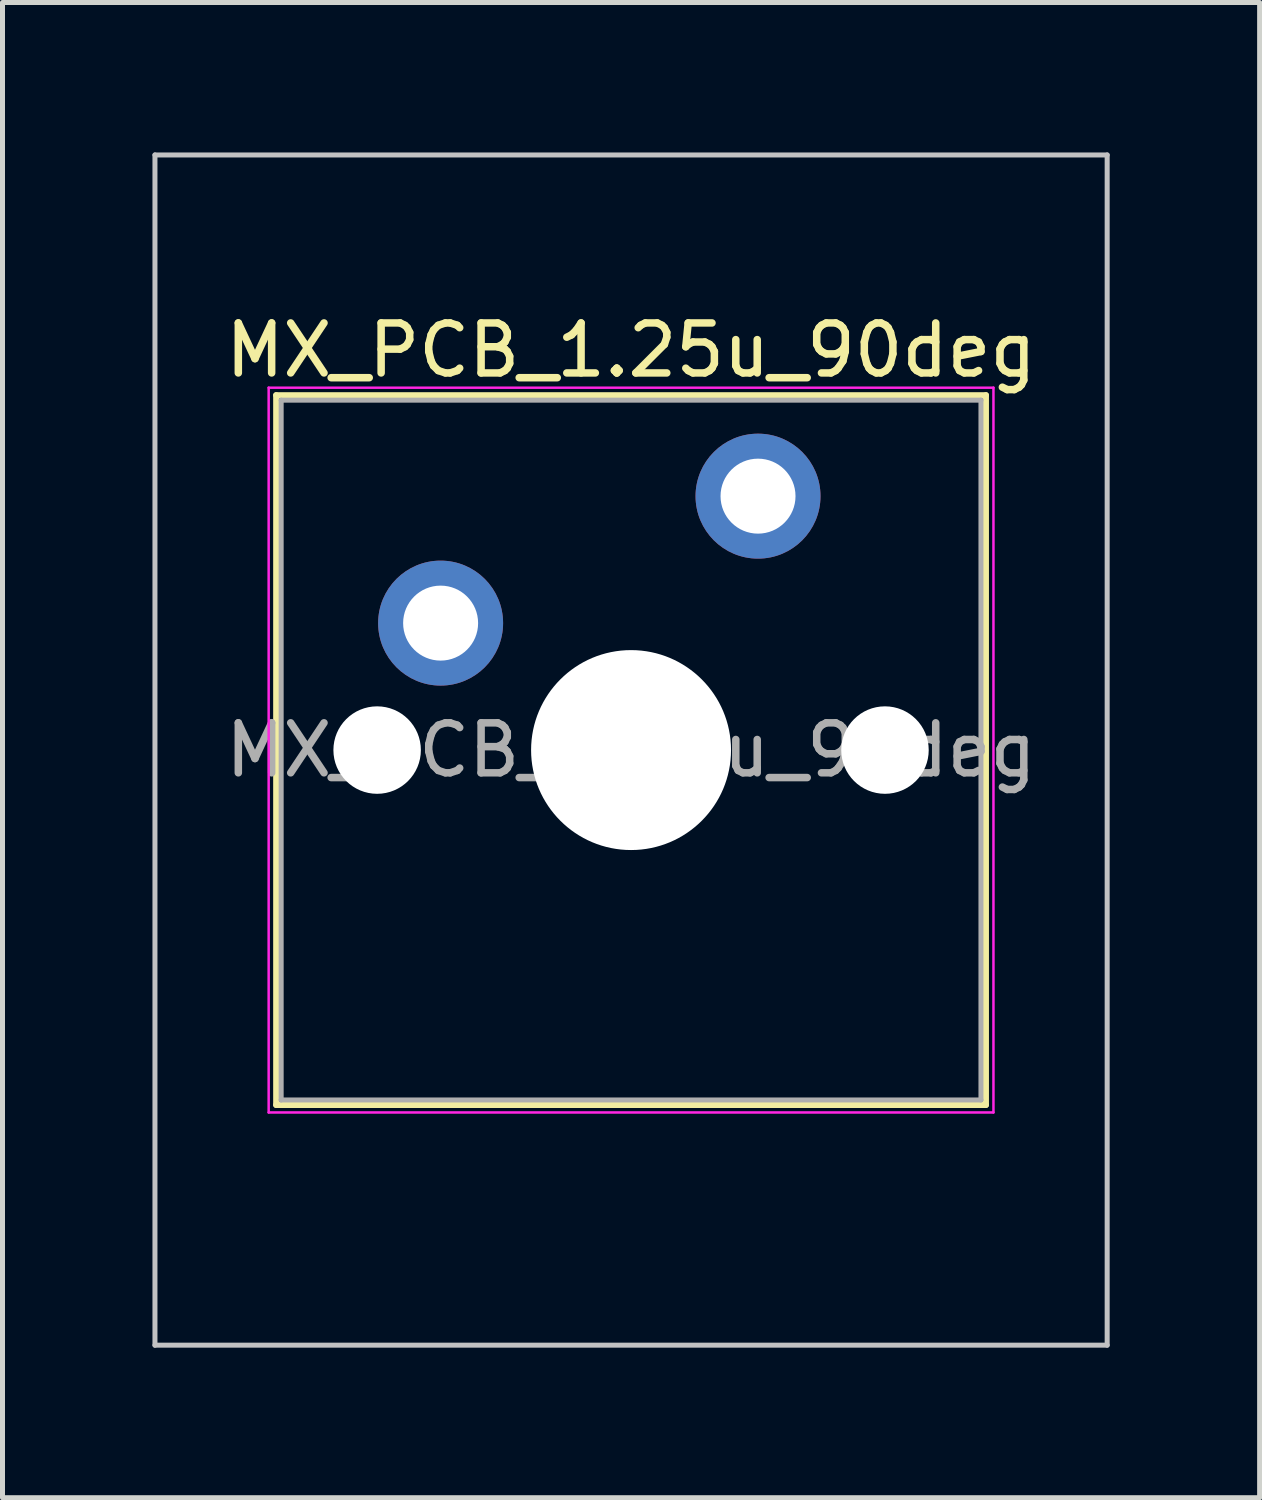
<source format=kicad_pcb>
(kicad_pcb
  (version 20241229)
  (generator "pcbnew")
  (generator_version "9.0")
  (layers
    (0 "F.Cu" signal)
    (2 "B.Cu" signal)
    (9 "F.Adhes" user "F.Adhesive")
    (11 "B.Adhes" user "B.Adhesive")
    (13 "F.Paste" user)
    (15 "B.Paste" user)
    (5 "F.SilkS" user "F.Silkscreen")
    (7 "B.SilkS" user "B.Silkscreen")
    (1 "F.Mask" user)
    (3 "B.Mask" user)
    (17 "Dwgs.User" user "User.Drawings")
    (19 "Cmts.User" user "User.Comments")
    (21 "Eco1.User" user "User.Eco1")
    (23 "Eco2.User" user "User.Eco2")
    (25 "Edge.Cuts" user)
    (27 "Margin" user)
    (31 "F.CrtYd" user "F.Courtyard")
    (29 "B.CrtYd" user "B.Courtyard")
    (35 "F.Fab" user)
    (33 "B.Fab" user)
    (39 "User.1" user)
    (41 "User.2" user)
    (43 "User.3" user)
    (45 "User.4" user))
  (footprint "MX_PCB_1.25u_90deg"
    (layer "F.Cu")
    (at 9.575 11.956)
    (property "Reference" "MX_PCB_1.25u_90deg" (at 0 -8 0) (layer "F.SilkS") (effects (font (size 1 1) (thickness 0.15))))
    (attr through_hole)
    (fp_line (start -7.1 -7.1) (end -7.1 7.1) (stroke (width 0.12) (type solid)) (layer "F.SilkS"))
    (fp_line (start -7.1 7.1) (end 7.1 7.1) (stroke (width 0.12) (type solid)) (layer "F.SilkS"))
    (fp_line (start 7.1 -7.1) (end -7.1 -7.1) (stroke (width 0.12) (type solid)) (layer "F.SilkS"))
    (fp_line (start 7.1 7.1) (end 7.1 -7.1) (stroke (width 0.12) (type solid)) (layer "F.SilkS"))
    (fp_line (start -9.525 -11.906) (end 9.525 -11.906) (stroke (width 0.1) (type solid)) (layer "Dwgs.User"))
    (fp_line (start -9.525 11.906) (end -9.525 -11.906) (stroke (width 0.1) (type solid)) (layer "Dwgs.User"))
    (fp_line (start 9.525 -11.906) (end 9.525 11.906) (stroke (width 0.1) (type solid)) (layer "Dwgs.User"))
    (fp_line (start 9.525 11.906) (end -9.525 11.906) (stroke (width 0.1) (type solid)) (layer "Dwgs.User"))
    (fp_line (start -7 -7) (end -7 7) (stroke (width 0.1) (type solid)) (layer "Eco1.User"))
    (fp_line (start -7 7) (end 7 7) (stroke (width 0.1) (type solid)) (layer "Eco1.User"))
    (fp_line (start 7 -7) (end -7 -7) (stroke (width 0.1) (type solid)) (layer "Eco1.User"))
    (fp_line (start 7 7) (end 7 -7) (stroke (width 0.1) (type solid)) (layer "Eco1.User"))
    (fp_line (start -7.25 -7.25) (end -7.25 7.25) (stroke (width 0.05) (type solid)) (layer "F.CrtYd"))
    (fp_line (start -7.25 7.25) (end 7.25 7.25) (stroke (width 0.05) (type solid)) (layer "F.CrtYd"))
    (fp_line (start 7.25 -7.25) (end -7.25 -7.25) (stroke (width 0.05) (type solid)) (layer "F.CrtYd"))
    (fp_line (start 7.25 7.25) (end 7.25 -7.25) (stroke (width 0.05) (type solid)) (layer "F.CrtYd"))
    (fp_line (start -7 -7) (end -7 7) (stroke (width 0.1) (type solid)) (layer "F.Fab"))
    (fp_line (start -7 7) (end 7 7) (stroke (width 0.1) (type solid)) (layer "F.Fab"))
    (fp_line (start 7 -7) (end -7 -7) (stroke (width 0.1) (type solid)) (layer "F.Fab"))
    (fp_line (start 7 7) (end 7 -7) (stroke (width 0.1) (type solid)) (layer "F.Fab"))
    (fp_text user "${REFERENCE}" (at 0 0 0) (layer "F.Fab") (effects (font (size 1 1) (thickness 0.15))))
    (pad "" np_thru_hole circle (at -5.08 0) (size 1.75 1.75) (drill 1.75) (layers "*.Cu" "*.Mask"))
    (pad "" np_thru_hole circle (at 0 0) (size 4 4) (drill 4) (layers "*.Cu" "*.Mask"))
    (pad "" np_thru_hole circle (at 5.08 0) (size 1.75 1.75) (drill 1.75) (layers "*.Cu" "*.Mask"))
    (pad "1" thru_hole circle (at -3.81 -2.54) (size 2.5 2.5) (drill 1.5) (layers "*.Cu" "*.Mask"))
    (pad "2" thru_hole circle (at 2.54 -5.08) (size 2.5 2.5) (drill 1.5) (layers "*.Cu" "*.Mask")))
  (gr_rect
    (start -3 -3)
    (end 22.15 26.913)
    (stroke (width 0.1) (type default))
    (fill no)
    (layer "Edge.Cuts")))
</source>
